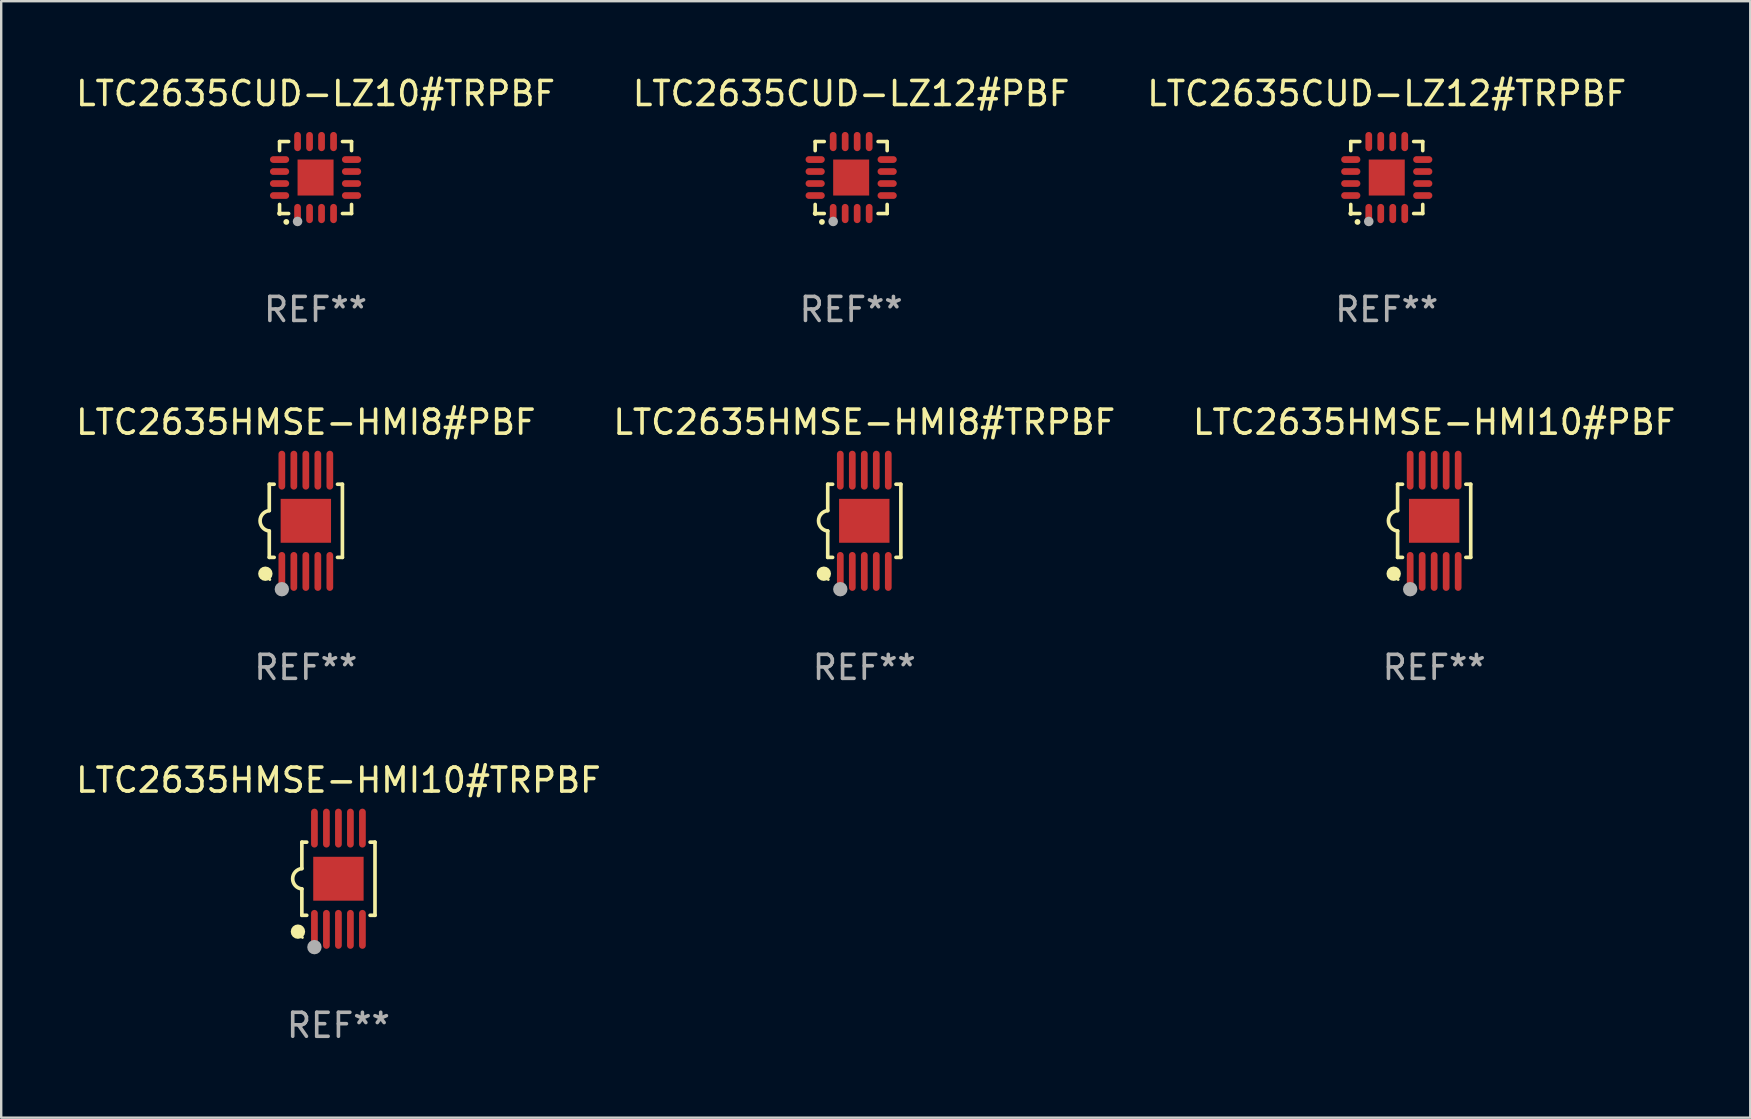
<source format=kicad_pcb>
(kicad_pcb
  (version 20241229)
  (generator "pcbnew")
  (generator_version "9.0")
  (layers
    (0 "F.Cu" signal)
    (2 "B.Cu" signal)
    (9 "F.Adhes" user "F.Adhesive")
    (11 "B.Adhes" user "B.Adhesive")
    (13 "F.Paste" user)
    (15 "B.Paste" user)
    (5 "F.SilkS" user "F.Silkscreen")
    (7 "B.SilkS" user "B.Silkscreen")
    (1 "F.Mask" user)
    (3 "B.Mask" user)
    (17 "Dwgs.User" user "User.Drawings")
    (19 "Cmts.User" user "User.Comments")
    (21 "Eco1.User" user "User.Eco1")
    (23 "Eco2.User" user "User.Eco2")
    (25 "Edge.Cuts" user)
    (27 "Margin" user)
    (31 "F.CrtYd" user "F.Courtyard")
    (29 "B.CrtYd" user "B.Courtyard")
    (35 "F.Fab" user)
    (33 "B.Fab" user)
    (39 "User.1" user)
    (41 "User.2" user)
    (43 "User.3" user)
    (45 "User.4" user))
  (footprint "LTC2635CUD-LZ12#TRPBF"
    (layer "F.Cu")
    (at 54.744 4.349)
    (property "Reference" "LTC2635CUD-LZ12#TRPBF" (at 0 -3.5 0) (layer "F.SilkS") (effects (font (size 1 1) (thickness 0.15))))
    (attr through_hole)
    (fp_line (start -1.5 -1.5) (end -1.121 -1.5) (stroke (width 0.15) (type solid)) (layer "F.SilkS"))
    (fp_line (start -1.5 -1.122) (end -1.5 -1.5) (stroke (width 0.15) (type solid)) (layer "F.SilkS"))
    (fp_line (start -1.5 1.5) (end -1.5 1.121) (stroke (width 0.15) (type solid)) (layer "F.SilkS"))
    (fp_line (start -1.121 1.5) (end -1.5 1.5) (stroke (width 0.15) (type solid)) (layer "F.SilkS"))
    (fp_line (start 1.121 -1.5) (end 1.5 -1.5) (stroke (width 0.15) (type solid)) (layer "F.SilkS"))
    (fp_line (start 1.5 -1.5) (end 1.5 -1.122) (stroke (width 0.15) (type solid)) (layer "F.SilkS"))
    (fp_line (start 1.5 1.121) (end 1.5 1.5) (stroke (width 0.15) (type solid)) (layer "F.SilkS"))
    (fp_line (start 1.5 1.5) (end 1.121 1.5) (stroke (width 0.15) (type solid)) (layer "F.SilkS"))
    (fp_arc (start -1.219926 1.850254) (mid -1.21891 1.85025) (end -1.217894 1.850254) (stroke (width 0.240005) (type solid)) (layer "F.SilkS"))
    (fp_circle (center -1.5 1.5) (end -1.45 1.5) (stroke (width 0.1) (type solid)) (fill no) (layer "F.SilkS"))
    (fp_circle (center -0.75 1.83) (end -0.65 1.83) (stroke (width 0.2) (type solid)) (fill no) (layer "F.Fab"))
    (fp_text user "REF**" (at 0 5.5 0) (layer "F.Fab") (effects (font (size 1 1) (thickness 0.15))))
    (pad "1" smd oval (at -0.75 1.5) (size 0.28 0.8) (layers "F.Cu" "F.Mask" "F.Paste"))
    (pad "2" smd oval (at -0.25 1.5) (size 0.28 0.8) (layers "F.Cu" "F.Mask" "F.Paste"))
    (pad "3" smd oval (at 0.25 1.5) (size 0.28 0.8) (layers "F.Cu" "F.Mask" "F.Paste"))
    (pad "4" smd oval (at 0.75 1.5) (size 0.28 0.8) (layers "F.Cu" "F.Mask" "F.Paste"))
    (pad "5" smd oval (at 1.5 0.75) (size 0.8 0.28) (layers "F.Cu" "F.Mask" "F.Paste"))
    (pad "6" smd oval (at 1.5 0.25) (size 0.8 0.28) (layers "F.Cu" "F.Mask" "F.Paste"))
    (pad "7" smd oval (at 1.5 -0.25) (size 0.8 0.28) (layers "F.Cu" "F.Mask" "F.Paste"))
    (pad "8" smd oval (at 1.5 -0.75) (size 0.8 0.28) (layers "F.Cu" "F.Mask" "F.Paste"))
    (pad "9" smd oval (at 0.75 -1.5) (size 0.28 0.8) (layers "F.Cu" "F.Mask" "F.Paste"))
    (pad "10" smd oval (at 0.25 -1.5) (size 0.28 0.8) (layers "F.Cu" "F.Mask" "F.Paste"))
    (pad "11" smd oval (at -0.25 -1.5) (size 0.28 0.8) (layers "F.Cu" "F.Mask" "F.Paste"))
    (pad "12" smd oval (at -0.75 -1.5) (size 0.28 0.8) (layers "F.Cu" "F.Mask" "F.Paste"))
    (pad "13" smd oval (at -1.5 -0.75) (size 0.8 0.28) (layers "F.Cu" "F.Mask" "F.Paste"))
    (pad "14" smd oval (at -1.5 -0.25) (size 0.8 0.28) (layers "F.Cu" "F.Mask" "F.Paste"))
    (pad "15" smd oval (at -1.5 0.25) (size 0.8 0.28) (layers "F.Cu" "F.Mask" "F.Paste"))
    (pad "16" smd oval (at -1.5 0.75) (size 0.8 0.28) (layers "F.Cu" "F.Mask" "F.Paste"))
    (pad "17" smd rect (at -0.000064 0.000165) (size 1.5 1.5) (layers "F.Cu" "F.Mask" "F.Paste")))
  (footprint "LTC2635HMSE-HMI8#PBF"
    (layer "F.Cu")
    (at 9.696 18.655)
    (property "Reference" "LTC2635HMSE-HMI8#PBF" (at 0 -4.11 0) (layer "F.SilkS") (effects (font (size 1 1) (thickness 0.15))))
    (attr through_hole)
    (fp_line (start -1.524 -1.524) (end -1.524 -0.424) (stroke (width 0.152) (type solid)) (layer "F.SilkS"))
    (fp_line (start -1.524 1.524) (end -1.524 0.424) (stroke (width 0.152) (type solid)) (layer "F.SilkS"))
    (fp_line (start -1.524 1.524) (end -1.32 1.524) (stroke (width 0.152) (type solid)) (layer "F.SilkS"))
    (fp_line (start -1.32 -1.524) (end -1.524 -1.524) (stroke (width 0.152) (type solid)) (layer "F.SilkS"))
    (fp_line (start 1.32 1.524) (end 1.524 1.524) (stroke (width 0.152) (type solid)) (layer "F.SilkS"))
    (fp_line (start 1.524 -1.524) (end 1.32 -1.524) (stroke (width 0.152) (type solid)) (layer "F.SilkS"))
    (fp_line (start 1.524 1.524) (end 1.524 -1.524) (stroke (width 0.152) (type solid)) (layer "F.SilkS"))
    (fp_arc (start -1.524003 0.424003) (mid -1.906663 -0.000089) (end -1.524004 -0.424181) (stroke (width 0.151994) (type solid)) (layer "F.SilkS"))
    (fp_circle (center -1.687 2.205) (end -1.537 2.205) (stroke (width 0.3) (type solid)) (fill no) (layer "F.SilkS"))
    (fp_circle (center -1.5 2.45) (end -1.47 2.45) (stroke (width 0.06) (type solid)) (fill no) (layer "F.SilkS"))
    (fp_circle (center -1 2.85) (end -0.85 2.85) (stroke (width 0.3) (type solid)) (fill no) (layer "F.Fab"))
    (fp_text user "REF**" (at 0 6.11 0) (layer "F.Fab") (effects (font (size 1 1) (thickness 0.15))))
    (pad "1" smd oval (at -1 2.11) (size 0.28 1.62) (layers "F.Cu" "F.Mask" "F.Paste"))
    (pad "2" smd oval (at -0.5 2.11) (size 0.28 1.62) (layers "F.Cu" "F.Mask" "F.Paste"))
    (pad "3" smd oval (at 0 2.11) (size 0.28 1.62) (layers "F.Cu" "F.Mask" "F.Paste"))
    (pad "4" smd oval (at 0.5 2.11) (size 0.28 1.62) (layers "F.Cu" "F.Mask" "F.Paste"))
    (pad "5" smd oval (at 1 2.11) (size 0.28 1.62) (layers "F.Cu" "F.Mask" "F.Paste"))
    (pad "6" smd oval (at 1 -2.11) (size 0.28 1.62) (layers "F.Cu" "F.Mask" "F.Paste"))
    (pad "7" smd oval (at 0.5 -2.11) (size 0.28 1.62) (layers "F.Cu" "F.Mask" "F.Paste"))
    (pad "8" smd oval (at 0 -2.11) (size 0.28 1.62) (layers "F.Cu" "F.Mask" "F.Paste"))
    (pad "9" smd oval (at -0.5 -2.11) (size 0.28 1.62) (layers "F.Cu" "F.Mask" "F.Paste"))
    (pad "10" smd oval (at -1 -2.11) (size 0.28 1.62) (layers "F.Cu" "F.Mask" "F.Paste"))
    (pad "11" smd rect (at 0 0) (size 2.1 1.83) (layers "F.Cu" "F.Mask" "F.Paste")))
  (footprint "LTC2635CUD-LZ10#TRPBF"
    (layer "F.Cu")
    (at 10.101 4.349)
    (property "Reference" "LTC2635CUD-LZ10#TRPBF" (at 0 -3.5 0) (layer "F.SilkS") (effects (font (size 1 1) (thickness 0.15))))
    (attr through_hole)
    (fp_line (start -1.5 -1.5) (end -1.121 -1.5) (stroke (width 0.15) (type solid)) (layer "F.SilkS"))
    (fp_line (start -1.5 -1.122) (end -1.5 -1.5) (stroke (width 0.15) (type solid)) (layer "F.SilkS"))
    (fp_line (start -1.5 1.5) (end -1.5 1.121) (stroke (width 0.15) (type solid)) (layer "F.SilkS"))
    (fp_line (start -1.121 1.5) (end -1.5 1.5) (stroke (width 0.15) (type solid)) (layer "F.SilkS"))
    (fp_line (start 1.121 -1.5) (end 1.5 -1.5) (stroke (width 0.15) (type solid)) (layer "F.SilkS"))
    (fp_line (start 1.5 -1.5) (end 1.5 -1.122) (stroke (width 0.15) (type solid)) (layer "F.SilkS"))
    (fp_line (start 1.5 1.121) (end 1.5 1.5) (stroke (width 0.15) (type solid)) (layer "F.SilkS"))
    (fp_line (start 1.5 1.5) (end 1.121 1.5) (stroke (width 0.15) (type solid)) (layer "F.SilkS"))
    (fp_arc (start -1.219926 1.850254) (mid -1.21891 1.85025) (end -1.217894 1.850254) (stroke (width 0.240005) (type solid)) (layer "F.SilkS"))
    (fp_circle (center -1.5 1.5) (end -1.45 1.5) (stroke (width 0.1) (type solid)) (fill no) (layer "F.SilkS"))
    (fp_circle (center -0.75 1.83) (end -0.65 1.83) (stroke (width 0.2) (type solid)) (fill no) (layer "F.Fab"))
    (fp_text user "REF**" (at 0 5.5 0) (layer "F.Fab") (effects (font (size 1 1) (thickness 0.15))))
    (pad "1" smd oval (at -0.75 1.5) (size 0.28 0.8) (layers "F.Cu" "F.Mask" "F.Paste"))
    (pad "2" smd oval (at -0.25 1.5) (size 0.28 0.8) (layers "F.Cu" "F.Mask" "F.Paste"))
    (pad "3" smd oval (at 0.25 1.5) (size 0.28 0.8) (layers "F.Cu" "F.Mask" "F.Paste"))
    (pad "4" smd oval (at 0.75 1.5) (size 0.28 0.8) (layers "F.Cu" "F.Mask" "F.Paste"))
    (pad "5" smd oval (at 1.5 0.75) (size 0.8 0.28) (layers "F.Cu" "F.Mask" "F.Paste"))
    (pad "6" smd oval (at 1.5 0.25) (size 0.8 0.28) (layers "F.Cu" "F.Mask" "F.Paste"))
    (pad "7" smd oval (at 1.5 -0.25) (size 0.8 0.28) (layers "F.Cu" "F.Mask" "F.Paste"))
    (pad "8" smd oval (at 1.5 -0.75) (size 0.8 0.28) (layers "F.Cu" "F.Mask" "F.Paste"))
    (pad "9" smd oval (at 0.75 -1.5) (size 0.28 0.8) (layers "F.Cu" "F.Mask" "F.Paste"))
    (pad "10" smd oval (at 0.25 -1.5) (size 0.28 0.8) (layers "F.Cu" "F.Mask" "F.Paste"))
    (pad "11" smd oval (at -0.25 -1.5) (size 0.28 0.8) (layers "F.Cu" "F.Mask" "F.Paste"))
    (pad "12" smd oval (at -0.75 -1.5) (size 0.28 0.8) (layers "F.Cu" "F.Mask" "F.Paste"))
    (pad "13" smd oval (at -1.5 -0.75) (size 0.8 0.28) (layers "F.Cu" "F.Mask" "F.Paste"))
    (pad "14" smd oval (at -1.5 -0.25) (size 0.8 0.28) (layers "F.Cu" "F.Mask" "F.Paste"))
    (pad "15" smd oval (at -1.5 0.25) (size 0.8 0.28) (layers "F.Cu" "F.Mask" "F.Paste"))
    (pad "16" smd oval (at -1.5 0.75) (size 0.8 0.28) (layers "F.Cu" "F.Mask" "F.Paste"))
    (pad "17" smd rect (at -0.000064 0.000165) (size 1.5 1.5) (layers "F.Cu" "F.Mask" "F.Paste")))
  (footprint "LTC2635HMSE-HMI10#PBF"
    (layer "F.Cu")
    (at 56.72 18.655)
    (property "Reference" "LTC2635HMSE-HMI10#PBF" (at 0 -4.11 0) (layer "F.SilkS") (effects (font (size 1 1) (thickness 0.15))))
    (attr through_hole)
    (fp_line (start -1.524 -1.524) (end -1.524 -0.424) (stroke (width 0.152) (type solid)) (layer "F.SilkS"))
    (fp_line (start -1.524 1.524) (end -1.524 0.424) (stroke (width 0.152) (type solid)) (layer "F.SilkS"))
    (fp_line (start -1.524 1.524) (end -1.32 1.524) (stroke (width 0.152) (type solid)) (layer "F.SilkS"))
    (fp_line (start -1.32 -1.524) (end -1.524 -1.524) (stroke (width 0.152) (type solid)) (layer "F.SilkS"))
    (fp_line (start 1.32 1.524) (end 1.524 1.524) (stroke (width 0.152) (type solid)) (layer "F.SilkS"))
    (fp_line (start 1.524 -1.524) (end 1.32 -1.524) (stroke (width 0.152) (type solid)) (layer "F.SilkS"))
    (fp_line (start 1.524 1.524) (end 1.524 -1.524) (stroke (width 0.152) (type solid)) (layer "F.SilkS"))
    (fp_arc (start -1.524003 0.424003) (mid -1.906663 -0.000089) (end -1.524004 -0.424181) (stroke (width 0.151994) (type solid)) (layer "F.SilkS"))
    (fp_circle (center -1.687 2.205) (end -1.537 2.205) (stroke (width 0.3) (type solid)) (fill no) (layer "F.SilkS"))
    (fp_circle (center -1.5 2.45) (end -1.47 2.45) (stroke (width 0.06) (type solid)) (fill no) (layer "F.SilkS"))
    (fp_circle (center -1 2.85) (end -0.85 2.85) (stroke (width 0.3) (type solid)) (fill no) (layer "F.Fab"))
    (fp_text user "REF**" (at 0 6.11 0) (layer "F.Fab") (effects (font (size 1 1) (thickness 0.15))))
    (pad "1" smd oval (at -1 2.11) (size 0.28 1.62) (layers "F.Cu" "F.Mask" "F.Paste"))
    (pad "2" smd oval (at -0.5 2.11) (size 0.28 1.62) (layers "F.Cu" "F.Mask" "F.Paste"))
    (pad "3" smd oval (at 0 2.11) (size 0.28 1.62) (layers "F.Cu" "F.Mask" "F.Paste"))
    (pad "4" smd oval (at 0.5 2.11) (size 0.28 1.62) (layers "F.Cu" "F.Mask" "F.Paste"))
    (pad "5" smd oval (at 1 2.11) (size 0.28 1.62) (layers "F.Cu" "F.Mask" "F.Paste"))
    (pad "6" smd oval (at 1 -2.11) (size 0.28 1.62) (layers "F.Cu" "F.Mask" "F.Paste"))
    (pad "7" smd oval (at 0.5 -2.11) (size 0.28 1.62) (layers "F.Cu" "F.Mask" "F.Paste"))
    (pad "8" smd oval (at 0 -2.11) (size 0.28 1.62) (layers "F.Cu" "F.Mask" "F.Paste"))
    (pad "9" smd oval (at -0.5 -2.11) (size 0.28 1.62) (layers "F.Cu" "F.Mask" "F.Paste"))
    (pad "10" smd oval (at -1 -2.11) (size 0.28 1.62) (layers "F.Cu" "F.Mask" "F.Paste"))
    (pad "11" smd rect (at 0 0) (size 2.1 1.83) (layers "F.Cu" "F.Mask" "F.Paste")))
  (footprint "LTC2635CUD-LZ12#PBF"
    (layer "F.Cu")
    (at 32.423 4.349)
    (property "Reference" "LTC2635CUD-LZ12#PBF" (at 0 -3.5 0) (layer "F.SilkS") (effects (font (size 1 1) (thickness 0.15))))
    (attr through_hole)
    (fp_line (start -1.5 -1.5) (end -1.121 -1.5) (stroke (width 0.15) (type solid)) (layer "F.SilkS"))
    (fp_line (start -1.5 -1.122) (end -1.5 -1.5) (stroke (width 0.15) (type solid)) (layer "F.SilkS"))
    (fp_line (start -1.5 1.5) (end -1.5 1.121) (stroke (width 0.15) (type solid)) (layer "F.SilkS"))
    (fp_line (start -1.121 1.5) (end -1.5 1.5) (stroke (width 0.15) (type solid)) (layer "F.SilkS"))
    (fp_line (start 1.121 -1.5) (end 1.5 -1.5) (stroke (width 0.15) (type solid)) (layer "F.SilkS"))
    (fp_line (start 1.5 -1.5) (end 1.5 -1.122) (stroke (width 0.15) (type solid)) (layer "F.SilkS"))
    (fp_line (start 1.5 1.121) (end 1.5 1.5) (stroke (width 0.15) (type solid)) (layer "F.SilkS"))
    (fp_line (start 1.5 1.5) (end 1.121 1.5) (stroke (width 0.15) (type solid)) (layer "F.SilkS"))
    (fp_arc (start -1.219926 1.850254) (mid -1.21891 1.85025) (end -1.217894 1.850254) (stroke (width 0.240005) (type solid)) (layer "F.SilkS"))
    (fp_circle (center -1.5 1.5) (end -1.45 1.5) (stroke (width 0.1) (type solid)) (fill no) (layer "F.SilkS"))
    (fp_circle (center -0.75 1.83) (end -0.65 1.83) (stroke (width 0.2) (type solid)) (fill no) (layer "F.Fab"))
    (fp_text user "REF**" (at 0 5.5 0) (layer "F.Fab") (effects (font (size 1 1) (thickness 0.15))))
    (pad "1" smd oval (at -0.75 1.5) (size 0.28 0.8) (layers "F.Cu" "F.Mask" "F.Paste"))
    (pad "2" smd oval (at -0.25 1.5) (size 0.28 0.8) (layers "F.Cu" "F.Mask" "F.Paste"))
    (pad "3" smd oval (at 0.25 1.5) (size 0.28 0.8) (layers "F.Cu" "F.Mask" "F.Paste"))
    (pad "4" smd oval (at 0.75 1.5) (size 0.28 0.8) (layers "F.Cu" "F.Mask" "F.Paste"))
    (pad "5" smd oval (at 1.5 0.75) (size 0.8 0.28) (layers "F.Cu" "F.Mask" "F.Paste"))
    (pad "6" smd oval (at 1.5 0.25) (size 0.8 0.28) (layers "F.Cu" "F.Mask" "F.Paste"))
    (pad "7" smd oval (at 1.5 -0.25) (size 0.8 0.28) (layers "F.Cu" "F.Mask" "F.Paste"))
    (pad "8" smd oval (at 1.5 -0.75) (size 0.8 0.28) (layers "F.Cu" "F.Mask" "F.Paste"))
    (pad "9" smd oval (at 0.75 -1.5) (size 0.28 0.8) (layers "F.Cu" "F.Mask" "F.Paste"))
    (pad "10" smd oval (at 0.25 -1.5) (size 0.28 0.8) (layers "F.Cu" "F.Mask" "F.Paste"))
    (pad "11" smd oval (at -0.25 -1.5) (size 0.28 0.8) (layers "F.Cu" "F.Mask" "F.Paste"))
    (pad "12" smd oval (at -0.75 -1.5) (size 0.28 0.8) (layers "F.Cu" "F.Mask" "F.Paste"))
    (pad "13" smd oval (at -1.5 -0.75) (size 0.8 0.28) (layers "F.Cu" "F.Mask" "F.Paste"))
    (pad "14" smd oval (at -1.5 -0.25) (size 0.8 0.28) (layers "F.Cu" "F.Mask" "F.Paste"))
    (pad "15" smd oval (at -1.5 0.25) (size 0.8 0.28) (layers "F.Cu" "F.Mask" "F.Paste"))
    (pad "16" smd oval (at -1.5 0.75) (size 0.8 0.28) (layers "F.Cu" "F.Mask" "F.Paste"))
    (pad "17" smd rect (at -0.000064 0.000165) (size 1.5 1.5) (layers "F.Cu" "F.Mask" "F.Paste")))
  (footprint "LTC2635HMSE-HMI8#TRPBF"
    (layer "F.Cu")
    (at 32.97 18.655)
    (property "Reference" "LTC2635HMSE-HMI8#TRPBF" (at 0 -4.11 0) (layer "F.SilkS") (effects (font (size 1 1) (thickness 0.15))))
    (attr through_hole)
    (fp_line (start -1.524 -1.524) (end -1.524 -0.424) (stroke (width 0.152) (type solid)) (layer "F.SilkS"))
    (fp_line (start -1.524 1.524) (end -1.524 0.424) (stroke (width 0.152) (type solid)) (layer "F.SilkS"))
    (fp_line (start -1.524 1.524) (end -1.32 1.524) (stroke (width 0.152) (type solid)) (layer "F.SilkS"))
    (fp_line (start -1.32 -1.524) (end -1.524 -1.524) (stroke (width 0.152) (type solid)) (layer "F.SilkS"))
    (fp_line (start 1.32 1.524) (end 1.524 1.524) (stroke (width 0.152) (type solid)) (layer "F.SilkS"))
    (fp_line (start 1.524 -1.524) (end 1.32 -1.524) (stroke (width 0.152) (type solid)) (layer "F.SilkS"))
    (fp_line (start 1.524 1.524) (end 1.524 -1.524) (stroke (width 0.152) (type solid)) (layer "F.SilkS"))
    (fp_arc (start -1.524003 0.424003) (mid -1.906663 -0.000089) (end -1.524004 -0.424181) (stroke (width 0.151994) (type solid)) (layer "F.SilkS"))
    (fp_circle (center -1.687 2.205) (end -1.537 2.205) (stroke (width 0.3) (type solid)) (fill no) (layer "F.SilkS"))
    (fp_circle (center -1.5 2.45) (end -1.47 2.45) (stroke (width 0.06) (type solid)) (fill no) (layer "F.SilkS"))
    (fp_circle (center -1 2.85) (end -0.85 2.85) (stroke (width 0.3) (type solid)) (fill no) (layer "F.Fab"))
    (fp_text user "REF**" (at 0 6.11 0) (layer "F.Fab") (effects (font (size 1 1) (thickness 0.15))))
    (pad "1" smd oval (at -1 2.11) (size 0.28 1.62) (layers "F.Cu" "F.Mask" "F.Paste"))
    (pad "2" smd oval (at -0.5 2.11) (size 0.28 1.62) (layers "F.Cu" "F.Mask" "F.Paste"))
    (pad "3" smd oval (at 0 2.11) (size 0.28 1.62) (layers "F.Cu" "F.Mask" "F.Paste"))
    (pad "4" smd oval (at 0.5 2.11) (size 0.28 1.62) (layers "F.Cu" "F.Mask" "F.Paste"))
    (pad "5" smd oval (at 1 2.11) (size 0.28 1.62) (layers "F.Cu" "F.Mask" "F.Paste"))
    (pad "6" smd oval (at 1 -2.11) (size 0.28 1.62) (layers "F.Cu" "F.Mask" "F.Paste"))
    (pad "7" smd oval (at 0.5 -2.11) (size 0.28 1.62) (layers "F.Cu" "F.Mask" "F.Paste"))
    (pad "8" smd oval (at 0 -2.11) (size 0.28 1.62) (layers "F.Cu" "F.Mask" "F.Paste"))
    (pad "9" smd oval (at -0.5 -2.11) (size 0.28 1.62) (layers "F.Cu" "F.Mask" "F.Paste"))
    (pad "10" smd oval (at -1 -2.11) (size 0.28 1.62) (layers "F.Cu" "F.Mask" "F.Paste"))
    (pad "11" smd rect (at 0 0) (size 2.1 1.83) (layers "F.Cu" "F.Mask" "F.Paste")))
  (footprint "LTC2635HMSE-HMI10#TRPBF"
    (layer "F.Cu")
    (at 11.054 33.572)
    (property "Reference" "LTC2635HMSE-HMI10#TRPBF" (at 0 -4.11 0) (layer "F.SilkS") (effects (font (size 1 1) (thickness 0.15))))
    (attr through_hole)
    (fp_line (start -1.524 -1.524) (end -1.524 -0.424) (stroke (width 0.152) (type solid)) (layer "F.SilkS"))
    (fp_line (start -1.524 1.524) (end -1.524 0.424) (stroke (width 0.152) (type solid)) (layer "F.SilkS"))
    (fp_line (start -1.524 1.524) (end -1.32 1.524) (stroke (width 0.152) (type solid)) (layer "F.SilkS"))
    (fp_line (start -1.32 -1.524) (end -1.524 -1.524) (stroke (width 0.152) (type solid)) (layer "F.SilkS"))
    (fp_line (start 1.32 1.524) (end 1.524 1.524) (stroke (width 0.152) (type solid)) (layer "F.SilkS"))
    (fp_line (start 1.524 -1.524) (end 1.32 -1.524) (stroke (width 0.152) (type solid)) (layer "F.SilkS"))
    (fp_line (start 1.524 1.524) (end 1.524 -1.524) (stroke (width 0.152) (type solid)) (layer "F.SilkS"))
    (fp_arc (start -1.524003 0.424003) (mid -1.906663 -0.000089) (end -1.524004 -0.424181) (stroke (width 0.151994) (type solid)) (layer "F.SilkS"))
    (fp_circle (center -1.687 2.205) (end -1.537 2.205) (stroke (width 0.3) (type solid)) (fill no) (layer "F.SilkS"))
    (fp_circle (center -1.5 2.45) (end -1.47 2.45) (stroke (width 0.06) (type solid)) (fill no) (layer "F.SilkS"))
    (fp_circle (center -1 2.85) (end -0.85 2.85) (stroke (width 0.3) (type solid)) (fill no) (layer "F.Fab"))
    (fp_text user "REF**" (at 0 6.11 0) (layer "F.Fab") (effects (font (size 1 1) (thickness 0.15))))
    (pad "1" smd oval (at -1 2.11) (size 0.28 1.62) (layers "F.Cu" "F.Mask" "F.Paste"))
    (pad "2" smd oval (at -0.5 2.11) (size 0.28 1.62) (layers "F.Cu" "F.Mask" "F.Paste"))
    (pad "3" smd oval (at 0 2.11) (size 0.28 1.62) (layers "F.Cu" "F.Mask" "F.Paste"))
    (pad "4" smd oval (at 0.5 2.11) (size 0.28 1.62) (layers "F.Cu" "F.Mask" "F.Paste"))
    (pad "5" smd oval (at 1 2.11) (size 0.28 1.62) (layers "F.Cu" "F.Mask" "F.Paste"))
    (pad "6" smd oval (at 1 -2.11) (size 0.28 1.62) (layers "F.Cu" "F.Mask" "F.Paste"))
    (pad "7" smd oval (at 0.5 -2.11) (size 0.28 1.62) (layers "F.Cu" "F.Mask" "F.Paste"))
    (pad "8" smd oval (at 0 -2.11) (size 0.28 1.62) (layers "F.Cu" "F.Mask" "F.Paste"))
    (pad "9" smd oval (at -0.5 -2.11) (size 0.28 1.62) (layers "F.Cu" "F.Mask" "F.Paste"))
    (pad "10" smd oval (at -1 -2.11) (size 0.28 1.62) (layers "F.Cu" "F.Mask" "F.Paste"))
    (pad "11" smd rect (at 0 0) (size 2.1 1.83) (layers "F.Cu" "F.Mask" "F.Paste")))
  (gr_rect
    (start -3 -3)
    (end 69.893 43.53)
    (stroke (width 0.1) (type default))
    (fill no)
    (layer "Edge.Cuts")))
</source>
